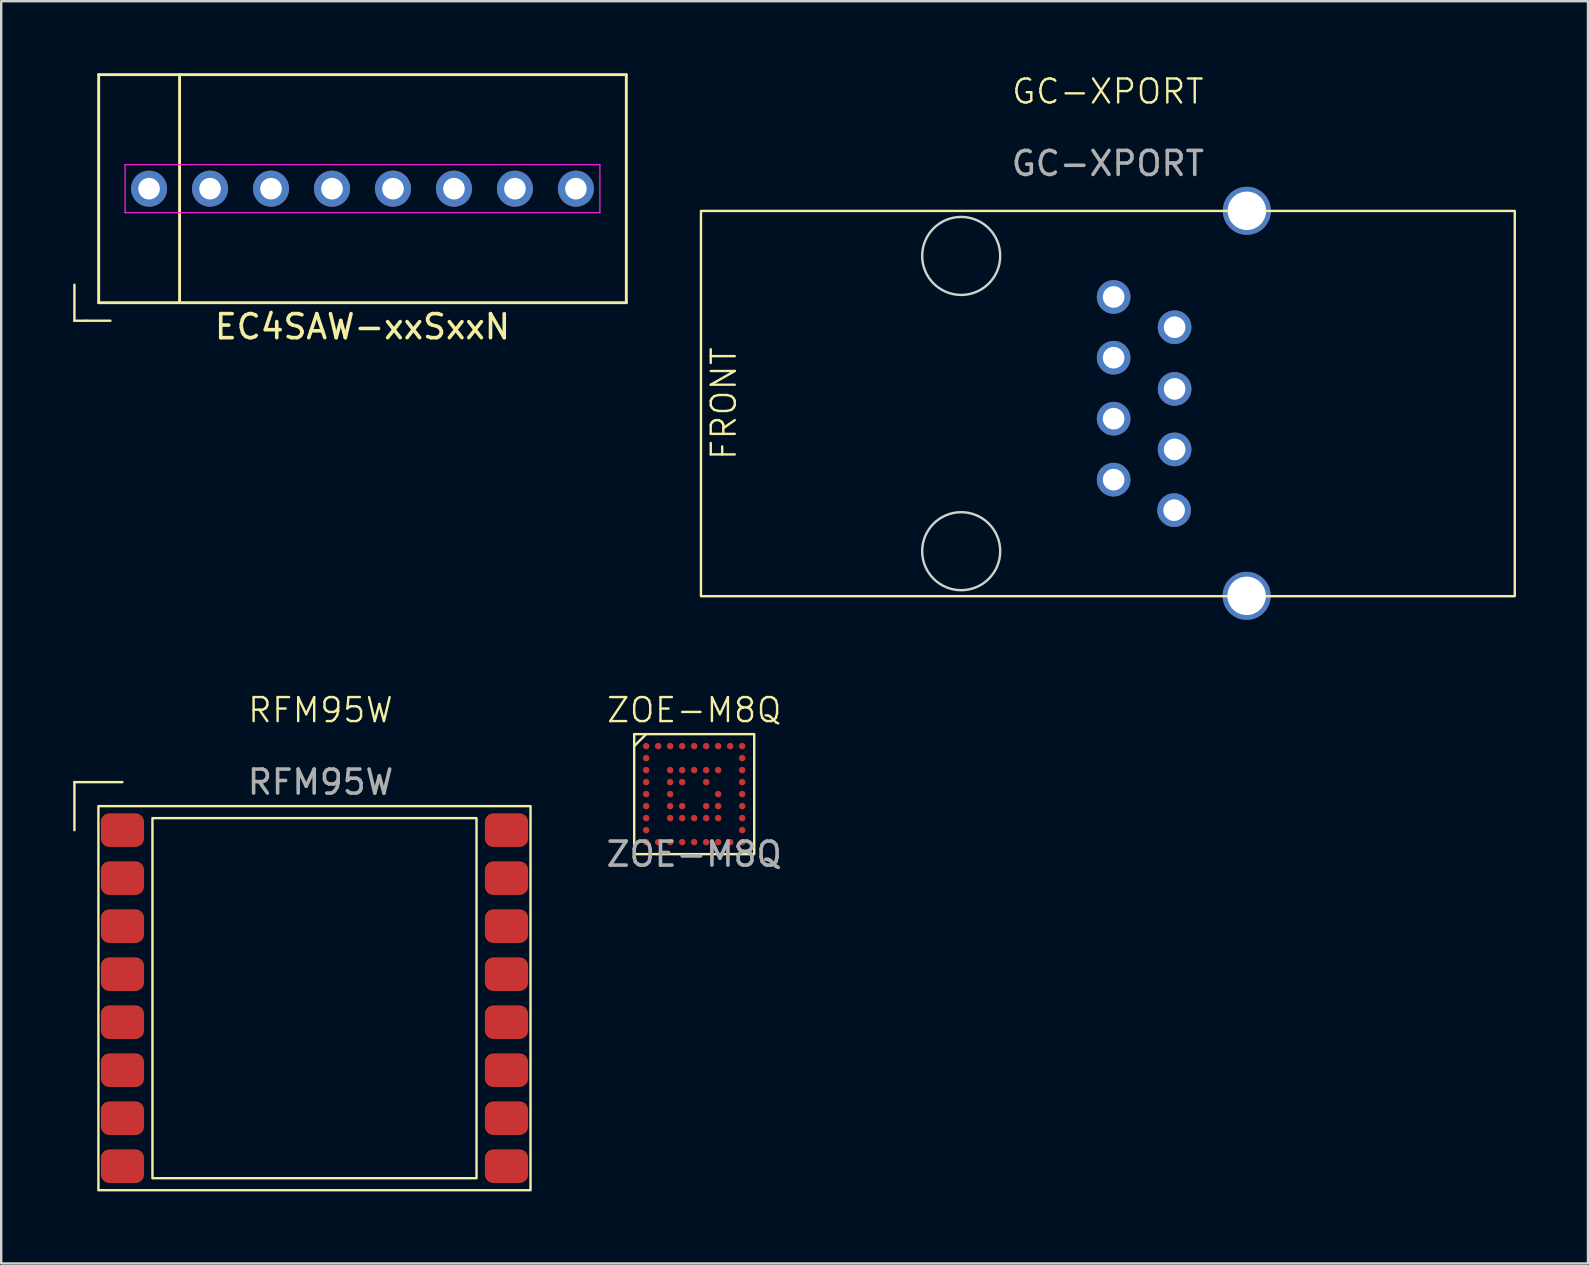
<source format=kicad_pcb>
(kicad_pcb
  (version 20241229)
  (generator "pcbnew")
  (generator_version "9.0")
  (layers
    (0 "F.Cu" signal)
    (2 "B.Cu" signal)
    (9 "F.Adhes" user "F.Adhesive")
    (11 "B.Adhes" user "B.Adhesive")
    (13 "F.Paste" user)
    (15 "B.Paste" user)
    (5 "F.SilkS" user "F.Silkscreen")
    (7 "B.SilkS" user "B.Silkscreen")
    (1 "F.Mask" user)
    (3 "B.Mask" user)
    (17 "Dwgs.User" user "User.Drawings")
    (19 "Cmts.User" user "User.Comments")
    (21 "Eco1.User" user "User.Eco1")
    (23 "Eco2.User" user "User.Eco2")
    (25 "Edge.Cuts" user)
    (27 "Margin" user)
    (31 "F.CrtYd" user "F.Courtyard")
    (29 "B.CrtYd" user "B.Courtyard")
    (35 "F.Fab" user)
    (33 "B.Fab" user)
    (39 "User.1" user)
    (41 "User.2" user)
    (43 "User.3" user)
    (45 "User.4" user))
  (footprint "ZOE-M8Q"
    (layer "F.Cu")
    (at 25.868 30.031)
    (property "Reference" "ZOE-M8Q" (at 0 -3.5 0) (unlocked yes) (layer "F.SilkS") (effects (font (size 1 1) (thickness 0.1))))
    (attr smd)
    (fp_line (start -2 -2.5) (end -2.5 -2) (stroke (width 0.1) (type default)) (layer "F.SilkS"))
    (fp_rect (start -2.5 -2.5) (end 2.5 2.5) (stroke (width 0.1) (type default)) (fill no) (layer "F.SilkS"))
    (fp_text user "${REFERENCE}" (at 0 2.5 0) (unlocked yes) (layer "F.Fab") (effects (font (size 1 1) (thickness 0.15))))
    (pad "A1" smd circle (at -2 -2) (size 0.27 0.27) (layers "F.Cu" "F.Mask" "F.Paste"))
    (pad "A2" smd circle (at -1.5 -2) (size 0.27 0.27) (layers "F.Cu" "F.Mask" "F.Paste"))
    (pad "A3" smd circle (at -1 -2) (size 0.27 0.27) (layers "F.Cu" "F.Mask" "F.Paste"))
    (pad "A4" smd circle (at -0.5 -2) (size 0.27 0.27) (layers "F.Cu" "F.Mask" "F.Paste"))
    (pad "A5" smd circle (at 0 -2) (size 0.27 0.27) (layers "F.Cu" "F.Mask" "F.Paste"))
    (pad "A6" smd circle (at 0.5 -2) (size 0.27 0.27) (layers "F.Cu" "F.Mask" "F.Paste"))
    (pad "A7" smd circle (at 1 -2) (size 0.27 0.27) (layers "F.Cu" "F.Mask" "F.Paste"))
    (pad "A8" smd circle (at 1.5 -2) (size 0.27 0.27) (layers "F.Cu" "F.Mask" "F.Paste"))
    (pad "A9" smd circle (at 2 -2) (size 0.27 0.27) (layers "F.Cu" "F.Mask" "F.Paste"))
    (pad "B1" smd circle (at -2 -1.5) (size 0.27 0.27) (layers "F.Cu" "F.Mask" "F.Paste"))
    (pad "B9" smd circle (at 2 -1.5) (size 0.27 0.27) (layers "F.Cu" "F.Mask" "F.Paste"))
    (pad "C1" smd circle (at -2 -1) (size 0.27 0.27) (layers "F.Cu" "F.Mask" "F.Paste"))
    (pad "C3" smd circle (at -1 -1) (size 0.27 0.27) (layers "F.Cu" "F.Mask" "F.Paste"))
    (pad "C4" smd circle (at -0.5 -1) (size 0.27 0.27) (layers "F.Cu" "F.Mask" "F.Paste"))
    (pad "C5" smd circle (at 0 -1) (size 0.27 0.27) (layers "F.Cu" "F.Mask" "F.Paste"))
    (pad "C6" smd circle (at 0.5 -1) (size 0.27 0.27) (layers "F.Cu" "F.Mask" "F.Paste"))
    (pad "C7" smd circle (at 1 -1) (size 0.27 0.27) (layers "F.Cu" "F.Mask" "F.Paste"))
    (pad "C9" smd circle (at 2 -1) (size 0.27 0.27) (layers "F.Cu" "F.Mask" "F.Paste"))
    (pad "D1" smd circle (at -2 -0.5) (size 0.27 0.27) (layers "F.Cu" "F.Mask" "F.Paste"))
    (pad "D3" smd circle (at -1 -0.5) (size 0.27 0.27) (layers "F.Cu" "F.Mask" "F.Paste"))
    (pad "D4" smd circle (at -0.5 -0.5) (size 0.27 0.27) (layers "F.Cu" "F.Mask" "F.Paste"))
    (pad "D6" smd circle (at 0.5 -0.5) (size 0.27 0.27) (layers "F.Cu" "F.Mask" "F.Paste"))
    (pad "D9" smd circle (at 2 -0.5) (size 0.27 0.27) (layers "F.Cu" "F.Mask" "F.Paste"))
    (pad "E1" smd circle (at -2 0) (size 0.27 0.27) (layers "F.Cu" "F.Mask" "F.Paste"))
    (pad "E3" smd circle (at -1 0) (size 0.27 0.27) (layers "F.Cu" "F.Mask" "F.Paste"))
    (pad "E7" smd circle (at 1 0) (size 0.27 0.27) (layers "F.Cu" "F.Mask" "F.Paste"))
    (pad "E9" smd circle (at 2 0) (size 0.27 0.27) (layers "F.Cu" "F.Mask" "F.Paste"))
    (pad "F1" smd circle (at -2 0.5) (size 0.27 0.27) (layers "F.Cu" "F.Mask" "F.Paste"))
    (pad "F3" smd circle (at -1 0.5) (size 0.27 0.27) (layers "F.Cu" "F.Mask" "F.Paste"))
    (pad "F4" smd circle (at -0.5 0.5) (size 0.27 0.27) (layers "F.Cu" "F.Mask" "F.Paste"))
    (pad "F6" smd circle (at 0.5 0.5) (size 0.27 0.27) (layers "F.Cu" "F.Mask" "F.Paste"))
    (pad "F7" smd circle (at 1 0.5) (size 0.27 0.27) (layers "F.Cu" "F.Mask" "F.Paste"))
    (pad "F9" smd circle (at 2 0.5) (size 0.27 0.27) (layers "F.Cu" "F.Mask" "F.Paste"))
    (pad "G1" smd circle (at -2 1) (size 0.27 0.27) (layers "F.Cu" "F.Mask" "F.Paste"))
    (pad "G3" smd circle (at -1 1) (size 0.27 0.27) (layers "F.Cu" "F.Mask" "F.Paste"))
    (pad "G4" smd circle (at -0.5 1) (size 0.27 0.27) (layers "F.Cu" "F.Mask" "F.Paste"))
    (pad "G5" smd circle (at 0 1) (size 0.27 0.27) (layers "F.Cu" "F.Mask" "F.Paste"))
    (pad "G6" smd circle (at 0.5 1) (size 0.27 0.27) (layers "F.Cu" "F.Mask" "F.Paste"))
    (pad "G7" smd circle (at 1 1) (size 0.27 0.27) (layers "F.Cu" "F.Mask" "F.Paste"))
    (pad "G9" smd circle (at 2 1) (size 0.27 0.27) (layers "F.Cu" "F.Mask" "F.Paste"))
    (pad "H1" smd circle (at -2 1.5) (size 0.27 0.27) (layers "F.Cu" "F.Mask" "F.Paste"))
    (pad "H9" smd circle (at 2 1.5) (size 0.27 0.27) (layers "F.Cu" "F.Mask" "F.Paste"))
    (pad "J1" smd circle (at -2 2) (size 0.27 0.27) (layers "F.Cu" "F.Mask" "F.Paste"))
    (pad "J2" smd circle (at -1.5 2) (size 0.27 0.27) (layers "F.Cu" "F.Mask" "F.Paste"))
    (pad "J3" smd circle (at -1 2) (size 0.27 0.27) (layers "F.Cu" "F.Mask" "F.Paste"))
    (pad "J4" smd circle (at -0.5 2) (size 0.27 0.27) (layers "F.Cu" "F.Mask" "F.Paste"))
    (pad "J5" smd circle (at 0 2) (size 0.27 0.27) (layers "F.Cu" "F.Mask" "F.Paste"))
    (pad "J6" smd circle (at 0.5 2) (size 0.27 0.27) (layers "F.Cu" "F.Mask" "F.Paste"))
    (pad "J7" smd circle (at 1 2) (size 0.27 0.27) (layers "F.Cu" "F.Mask" "F.Paste"))
    (pad "J8" smd circle (at 1.5 2) (size 0.27 0.27) (layers "F.Cu" "F.Mask" "F.Paste"))
    (pad "J9" smd circle (at 2 2) (size 0.27 0.27) (layers "F.Cu" "F.Mask" "F.Paste")))
  (footprint "EC4SAW-xxSxxN"
    (layer "F.Cu")
    (at 12.05 4.81)
    (property "Reference" "EC4SAW-xxSxxN" (at 0 5.75 0) (layer "F.SilkS") (effects (font (size 1 1) (thickness 0.15))))
    (fp_line (start -12 5.5) (end -12 4) (stroke (width 0.1) (type default)) (layer "F.SilkS"))
    (fp_line (start -11.5 5.5) (end -12 5.5) (stroke (width 0.1) (type default)) (layer "F.SilkS"))
    (fp_line (start -10.99 -4.75) (end 10.99 -4.75) (stroke (width 0.12) (type default)) (layer "F.SilkS"))
    (fp_line (start -10.99 4.75) (end -10.99 -4.75) (stroke (width 0.12) (type default)) (layer "F.SilkS"))
    (fp_line (start -10.5 5.5) (end -11.5 5.5) (stroke (width 0.1) (type default)) (layer "F.SilkS"))
    (fp_line (start -7.62 -4.75) (end -7.62 4.75) (stroke (width 0.12) (type default)) (layer "F.SilkS"))
    (fp_line (start 10.99 -4.75) (end 10.99 4.75) (stroke (width 0.12) (type default)) (layer "F.SilkS"))
    (fp_line (start 10.99 4.75) (end -10.99 4.75) (stroke (width 0.12) (type default)) (layer "F.SilkS"))
    (fp_line (start -9.89 -1) (end 9.89 -1) (stroke (width 0.05) (type default)) (layer "F.CrtYd"))
    (fp_line (start -9.89 1) (end -9.89 -1) (stroke (width 0.05) (type default)) (layer "F.CrtYd"))
    (fp_line (start 9.89 -1) (end 9.89 1) (stroke (width 0.05) (type default)) (layer "F.CrtYd"))
    (fp_line (start 9.89 1) (end -9.89 1) (stroke (width 0.05) (type default)) (layer "F.CrtYd"))
    (pad "" thru_hole circle (at -1.27 0) (size 1.5 1.5) (drill 0.9) (layers "*.Cu" "*.Mask"))
    (pad "1" thru_hole circle (at -8.89 0) (size 1.5 1.5) (drill 0.9) (layers "*.Cu" "*.Mask"))
    (pad "2" thru_hole circle (at -6.35 0) (size 1.5 1.5) (drill 0.9) (layers "*.Cu" "*.Mask"))
    (pad "3" thru_hole circle (at -3.81 0) (size 1.5 1.5) (drill 0.9) (layers "*.Cu" "*.Mask"))
    (pad "5" thru_hole circle (at 1.27 0) (size 1.5 1.5) (drill 0.9) (layers "*.Cu" "*.Mask"))
    (pad "6" thru_hole circle (at 3.81 0) (size 1.5 1.5) (drill 0.9) (layers "*.Cu" "*.Mask"))
    (pad "7" thru_hole circle (at 6.35 0) (size 1.5 1.5) (drill 0.9) (layers "*.Cu" "*.Mask"))
    (pad "8" thru_hole circle (at 8.89 0) (size 1.5 1.5) (drill 0.9) (layers "*.Cu" "*.Mask")))
  (footprint "RFM95W"
    (layer "F.Cu")
    (at 10.05 38.531)
    (property "Reference" "RFM95W" (at 0.25 -12 0) (unlocked yes) (layer "F.SilkS") (effects (font (size 1 1) (thickness 0.1))))
    (attr smd)
    (fp_line (start -10 -9) (end -10 -7) (stroke (width 0.1) (type default)) (layer "F.SilkS"))
    (fp_line (start -8 -9) (end -10 -9) (stroke (width 0.1) (type default)) (layer "F.SilkS"))
    (fp_rect (start -9 -8) (end 9 8) (stroke (width 0.1) (type default)) (fill no) (layer "F.SilkS"))
    (fp_rect (start -6.75 -7.5) (end 6.75 7.5) (stroke (width 0.1) (type default)) (fill no) (layer "F.SilkS"))
    (fp_text user "${REFERENCE}" (at 0.25 -9 0) (unlocked yes) (layer "F.Fab") (effects (font (size 1 1) (thickness 0.15))))
    (pad "1" smd roundrect (at -8 -7) (size 1.8 1.4) (layers "F.Cu" "F.Mask" "F.Paste") (roundrect_rratio 0.25))
    (pad "2" smd roundrect (at -8 -5) (size 1.8 1.4) (layers "F.Cu" "F.Mask" "F.Paste") (roundrect_rratio 0.25))
    (pad "3" smd roundrect (at -8 -3) (size 1.8 1.4) (layers "F.Cu" "F.Mask" "F.Paste") (roundrect_rratio 0.25))
    (pad "4" smd roundrect (at -8 -1) (size 1.8 1.4) (layers "F.Cu" "F.Mask" "F.Paste") (roundrect_rratio 0.25))
    (pad "5" smd roundrect (at -8 1) (size 1.8 1.4) (layers "F.Cu" "F.Mask" "F.Paste") (roundrect_rratio 0.25))
    (pad "6" smd roundrect (at -8 3) (size 1.8 1.4) (layers "F.Cu" "F.Mask" "F.Paste") (roundrect_rratio 0.25))
    (pad "7" smd roundrect (at -8 5) (size 1.8 1.4) (layers "F.Cu" "F.Mask" "F.Paste") (roundrect_rratio 0.25))
    (pad "8" smd roundrect (at -8 7) (size 1.8 1.4) (layers "F.Cu" "F.Mask" "F.Paste") (roundrect_rratio 0.25))
    (pad "9" smd roundrect (at 8 7) (size 1.8 1.4) (layers "F.Cu" "F.Mask" "F.Paste") (roundrect_rratio 0.25))
    (pad "10" smd roundrect (at 8 5) (size 1.8 1.4) (layers "F.Cu" "F.Mask" "F.Paste") (roundrect_rratio 0.25))
    (pad "11" smd roundrect (at 8 3) (size 1.8 1.4) (layers "F.Cu" "F.Mask" "F.Paste") (roundrect_rratio 0.25))
    (pad "12" smd roundrect (at 8 1) (size 1.8 1.4) (layers "F.Cu" "F.Mask" "F.Paste") (roundrect_rratio 0.25))
    (pad "13" smd roundrect (at 8 -1) (size 1.8 1.4) (layers "F.Cu" "F.Mask" "F.Paste") (roundrect_rratio 0.25))
    (pad "14" smd roundrect (at 8 -3) (size 1.8 1.4) (layers "F.Cu" "F.Mask" "F.Paste") (roundrect_rratio 0.25))
    (pad "15" smd roundrect (at 8 -5) (size 1.8 1.4) (layers "F.Cu" "F.Mask" "F.Paste") (roundrect_rratio 0.25))
    (pad "16" smd roundrect (at 8 -7) (size 1.8 1.4) (layers "F.Cu" "F.Mask" "F.Paste") (roundrect_rratio 0.25)))
  (footprint "GC-XPORT"
    (layer "F.Cu")
    (at 43.1 13.761)
    (property "Reference" "GC-XPORT" (at 0 -13 0) (unlocked yes) (layer "F.SilkS") (effects (font (size 1 1) (thickness 0.1))))
    (attr through_hole)
    (fp_rect (start -16.95 -8.025) (end 16.95 8.025) (stroke (width 0.1) (type default)) (fill no) (layer "F.SilkS"))
    (fp_circle (center -6.11 -6.15) (end -4.485 -6.15) (stroke (width 0.1) (type default)) (fill no) (layer "Edge.Cuts"))
    (fp_circle (center -6.11 6.15) (end -4.485 6.15) (stroke (width 0.1) (type default)) (fill no) (layer "Edge.Cuts"))
    (fp_text user "FRONT" (at -16 0 90) (unlocked yes) (layer "F.SilkS") (effects (font (size 1 1) (thickness 0.1))))
    (fp_text user "${REFERENCE}" (at 0 -10 0) (unlocked yes) (layer "F.Fab") (effects (font (size 1 1) (thickness 0.15))))
    (pad "1" thru_hole circle (at 2.76 4.44) (size 1.4 1.4) (drill 0.9) (layers "*.Cu" "*.Mask"))
    (pad "1" thru_hole circle (at 5.78 8.01) (size 2 2) (drill 1.6) (layers "*.Cu" "*.Mask"))
    (pad "1" thru_hole circle (at 5.79 -8.03) (size 2 2) (drill 1.6) (layers "*.Cu" "*.Mask"))
    (pad "2" thru_hole circle (at 0.24 3.17) (size 1.4 1.4) (drill 0.9) (layers "*.Cu" "*.Mask"))
    (pad "3" thru_hole circle (at 2.78 1.91) (size 1.4 1.4) (drill 0.9) (layers "*.Cu" "*.Mask"))
    (pad "4" thru_hole circle (at 0.24 0.63) (size 1.4 1.4) (drill 0.9) (layers "*.Cu" "*.Mask"))
    (pad "5" thru_hole circle (at 2.78 -0.61) (size 1.4 1.4) (drill 0.9) (layers "*.Cu" "*.Mask"))
    (pad "6" thru_hole circle (at 0.24 -1.91) (size 1.4 1.4) (drill 0.9) (layers "*.Cu" "*.Mask"))
    (pad "7" thru_hole circle (at 2.78 -3.18) (size 1.4 1.4) (drill 0.9) (layers "*.Cu" "*.Mask"))
    (pad "8" thru_hole circle (at 0.24 -4.44) (size 1.4 1.4) (drill 0.9) (layers "*.Cu" "*.Mask")))
  (gr_rect
    (start -3 -3)
    (end 63.1 49.581)
    (stroke (width 0.1) (type default))
    (fill no)
    (layer "Edge.Cuts")))
</source>
